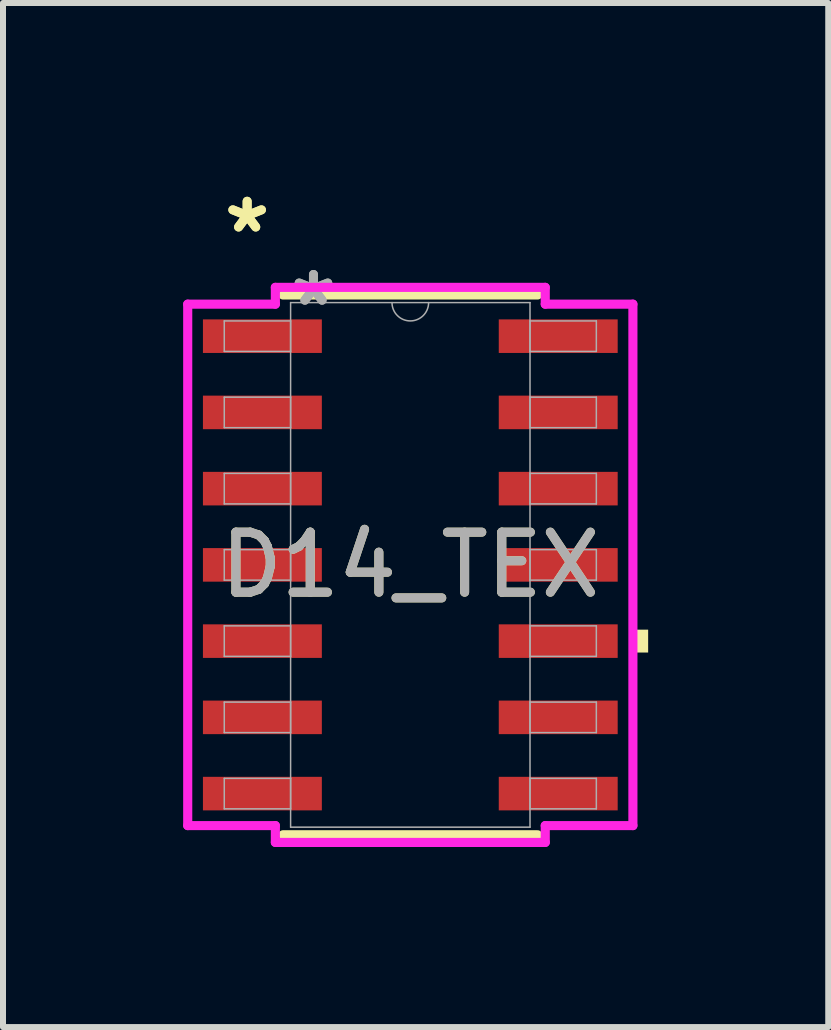
<source format=kicad_pcb>
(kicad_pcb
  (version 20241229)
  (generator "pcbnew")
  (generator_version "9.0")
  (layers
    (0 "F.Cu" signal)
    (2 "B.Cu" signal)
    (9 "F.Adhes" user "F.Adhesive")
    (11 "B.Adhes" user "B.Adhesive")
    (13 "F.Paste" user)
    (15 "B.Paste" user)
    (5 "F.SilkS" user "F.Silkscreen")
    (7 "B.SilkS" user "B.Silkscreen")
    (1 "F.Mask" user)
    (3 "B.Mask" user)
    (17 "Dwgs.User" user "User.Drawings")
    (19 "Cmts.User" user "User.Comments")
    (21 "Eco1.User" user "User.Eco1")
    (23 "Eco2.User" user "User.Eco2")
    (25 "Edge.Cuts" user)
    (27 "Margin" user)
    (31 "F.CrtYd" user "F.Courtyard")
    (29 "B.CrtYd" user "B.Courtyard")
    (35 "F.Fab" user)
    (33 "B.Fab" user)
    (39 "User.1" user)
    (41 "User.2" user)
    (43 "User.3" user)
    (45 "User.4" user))
  (footprint "D14_TEX"
    (layer "F.Cu")
    (at 3.785 6.36)
    (property "Reference" "D14_TEX" (at 0 0 0) (unlocked yes) (layer "F.SilkS") (effects (font (size 1 1) (thickness 0.15))))
    (attr smd)
    (fp_line (start -2.121 4.496) (end 2.121 4.496) (stroke (width 0.152) (type solid)) (layer "F.SilkS"))
    (fp_line (start 2.121 -4.496) (end -2.121 -4.496) (stroke (width 0.152) (type solid)) (layer "F.SilkS"))
    (fp_poly (pts (xy 3.962 1.079) (xy 3.962 1.46) (xy 3.708 1.46) (xy 3.708 1.079)) (stroke (width 0) (type solid)) (fill yes) (layer "F.SilkS"))
    (fp_line (start -3.708 -4.343) (end -2.248 -4.343) (stroke (width 0.152) (type solid)) (layer "F.CrtYd"))
    (fp_line (start -3.708 4.343) (end -3.708 -4.343) (stroke (width 0.152) (type solid)) (layer "F.CrtYd"))
    (fp_line (start -3.708 4.343) (end -2.248 4.343) (stroke (width 0.152) (type solid)) (layer "F.CrtYd"))
    (fp_line (start -2.248 -4.623) (end 2.248 -4.623) (stroke (width 0.152) (type solid)) (layer "F.CrtYd"))
    (fp_line (start -2.248 -4.343) (end -2.248 -4.623) (stroke (width 0.152) (type solid)) (layer "F.CrtYd"))
    (fp_line (start -2.248 4.623) (end -2.248 4.343) (stroke (width 0.152) (type solid)) (layer "F.CrtYd"))
    (fp_line (start 2.248 -4.623) (end 2.248 -4.343) (stroke (width 0.152) (type solid)) (layer "F.CrtYd"))
    (fp_line (start 2.248 4.343) (end 2.248 4.623) (stroke (width 0.152) (type solid)) (layer "F.CrtYd"))
    (fp_line (start 2.248 4.623) (end -2.248 4.623) (stroke (width 0.152) (type solid)) (layer "F.CrtYd"))
    (fp_line (start 3.708 -4.343) (end 2.248 -4.343) (stroke (width 0.152) (type solid)) (layer "F.CrtYd"))
    (fp_line (start 3.708 -4.343) (end 3.708 4.343) (stroke (width 0.152) (type solid)) (layer "F.CrtYd"))
    (fp_line (start 3.708 4.343) (end 2.248 4.343) (stroke (width 0.152) (type solid)) (layer "F.CrtYd"))
    (fp_line (start -3.099 -4.064) (end -3.099 -3.556) (stroke (width 0.025) (type solid)) (layer "F.Fab"))
    (fp_line (start -3.099 -3.556) (end -1.994 -3.556) (stroke (width 0.025) (type solid)) (layer "F.Fab"))
    (fp_line (start -3.099 -2.794) (end -3.099 -2.286) (stroke (width 0.025) (type solid)) (layer "F.Fab"))
    (fp_line (start -3.099 -2.286) (end -1.994 -2.286) (stroke (width 0.025) (type solid)) (layer "F.Fab"))
    (fp_line (start -3.099 -1.524) (end -3.099 -1.016) (stroke (width 0.025) (type solid)) (layer "F.Fab"))
    (fp_line (start -3.099 -1.016) (end -1.994 -1.016) (stroke (width 0.025) (type solid)) (layer "F.Fab"))
    (fp_line (start -3.099 -0.254) (end -3.099 0.254) (stroke (width 0.025) (type solid)) (layer "F.Fab"))
    (fp_line (start -3.099 0.254) (end -1.994 0.254) (stroke (width 0.025) (type solid)) (layer "F.Fab"))
    (fp_line (start -3.099 1.016) (end -3.099 1.524) (stroke (width 0.025) (type solid)) (layer "F.Fab"))
    (fp_line (start -3.099 1.524) (end -1.994 1.524) (stroke (width 0.025) (type solid)) (layer "F.Fab"))
    (fp_line (start -3.099 2.286) (end -3.099 2.794) (stroke (width 0.025) (type solid)) (layer "F.Fab"))
    (fp_line (start -3.099 2.794) (end -1.994 2.794) (stroke (width 0.025) (type solid)) (layer "F.Fab"))
    (fp_line (start -3.099 3.556) (end -3.099 4.064) (stroke (width 0.025) (type solid)) (layer "F.Fab"))
    (fp_line (start -3.099 4.064) (end -1.994 4.064) (stroke (width 0.025) (type solid)) (layer "F.Fab"))
    (fp_line (start -1.994 -4.369) (end -1.994 4.369) (stroke (width 0.025) (type solid)) (layer "F.Fab"))
    (fp_line (start -1.994 -4.064) (end -3.099 -4.064) (stroke (width 0.025) (type solid)) (layer "F.Fab"))
    (fp_line (start -1.994 -3.556) (end -1.994 -4.064) (stroke (width 0.025) (type solid)) (layer "F.Fab"))
    (fp_line (start -1.994 -2.794) (end -3.099 -2.794) (stroke (width 0.025) (type solid)) (layer "F.Fab"))
    (fp_line (start -1.994 -2.286) (end -1.994 -2.794) (stroke (width 0.025) (type solid)) (layer "F.Fab"))
    (fp_line (start -1.994 -1.524) (end -3.099 -1.524) (stroke (width 0.025) (type solid)) (layer "F.Fab"))
    (fp_line (start -1.994 -1.016) (end -1.994 -1.524) (stroke (width 0.025) (type solid)) (layer "F.Fab"))
    (fp_line (start -1.994 -0.254) (end -3.099 -0.254) (stroke (width 0.025) (type solid)) (layer "F.Fab"))
    (fp_line (start -1.994 0.254) (end -1.994 -0.254) (stroke (width 0.025) (type solid)) (layer "F.Fab"))
    (fp_line (start -1.994 1.016) (end -3.099 1.016) (stroke (width 0.025) (type solid)) (layer "F.Fab"))
    (fp_line (start -1.994 1.524) (end -1.994 1.016) (stroke (width 0.025) (type solid)) (layer "F.Fab"))
    (fp_line (start -1.994 2.286) (end -3.099 2.286) (stroke (width 0.025) (type solid)) (layer "F.Fab"))
    (fp_line (start -1.994 2.794) (end -1.994 2.286) (stroke (width 0.025) (type solid)) (layer "F.Fab"))
    (fp_line (start -1.994 3.556) (end -3.099 3.556) (stroke (width 0.025) (type solid)) (layer "F.Fab"))
    (fp_line (start -1.994 4.064) (end -1.994 3.556) (stroke (width 0.025) (type solid)) (layer "F.Fab"))
    (fp_line (start -1.994 4.369) (end 1.994 4.369) (stroke (width 0.025) (type solid)) (layer "F.Fab"))
    (fp_line (start 1.994 -4.369) (end -1.994 -4.369) (stroke (width 0.025) (type solid)) (layer "F.Fab"))
    (fp_line (start 1.994 -4.064) (end 1.994 -3.556) (stroke (width 0.025) (type solid)) (layer "F.Fab"))
    (fp_line (start 1.994 -3.556) (end 3.099 -3.556) (stroke (width 0.025) (type solid)) (layer "F.Fab"))
    (fp_line (start 1.994 -2.794) (end 1.994 -2.286) (stroke (width 0.025) (type solid)) (layer "F.Fab"))
    (fp_line (start 1.994 -2.286) (end 3.099 -2.286) (stroke (width 0.025) (type solid)) (layer "F.Fab"))
    (fp_line (start 1.994 -1.524) (end 1.994 -1.016) (stroke (width 0.025) (type solid)) (layer "F.Fab"))
    (fp_line (start 1.994 -1.016) (end 3.099 -1.016) (stroke (width 0.025) (type solid)) (layer "F.Fab"))
    (fp_line (start 1.994 -0.254) (end 1.994 0.254) (stroke (width 0.025) (type solid)) (layer "F.Fab"))
    (fp_line (start 1.994 0.254) (end 3.099 0.254) (stroke (width 0.025) (type solid)) (layer "F.Fab"))
    (fp_line (start 1.994 1.016) (end 1.994 1.524) (stroke (width 0.025) (type solid)) (layer "F.Fab"))
    (fp_line (start 1.994 1.524) (end 3.099 1.524) (stroke (width 0.025) (type solid)) (layer "F.Fab"))
    (fp_line (start 1.994 2.286) (end 1.994 2.794) (stroke (width 0.025) (type solid)) (layer "F.Fab"))
    (fp_line (start 1.994 2.794) (end 3.099 2.794) (stroke (width 0.025) (type solid)) (layer "F.Fab"))
    (fp_line (start 1.994 3.556) (end 1.994 4.064) (stroke (width 0.025) (type solid)) (layer "F.Fab"))
    (fp_line (start 1.994 4.064) (end 3.099 4.064) (stroke (width 0.025) (type solid)) (layer "F.Fab"))
    (fp_line (start 1.994 4.369) (end 1.994 -4.369) (stroke (width 0.025) (type solid)) (layer "F.Fab"))
    (fp_line (start 3.099 -4.064) (end 1.994 -4.064) (stroke (width 0.025) (type solid)) (layer "F.Fab"))
    (fp_line (start 3.099 -3.556) (end 3.099 -4.064) (stroke (width 0.025) (type solid)) (layer "F.Fab"))
    (fp_line (start 3.099 -2.794) (end 1.994 -2.794) (stroke (width 0.025) (type solid)) (layer "F.Fab"))
    (fp_line (start 3.099 -2.286) (end 3.099 -2.794) (stroke (width 0.025) (type solid)) (layer "F.Fab"))
    (fp_line (start 3.099 -1.524) (end 1.994 -1.524) (stroke (width 0.025) (type solid)) (layer "F.Fab"))
    (fp_line (start 3.099 -1.016) (end 3.099 -1.524) (stroke (width 0.025) (type solid)) (layer "F.Fab"))
    (fp_line (start 3.099 -0.254) (end 1.994 -0.254) (stroke (width 0.025) (type solid)) (layer "F.Fab"))
    (fp_line (start 3.099 0.254) (end 3.099 -0.254) (stroke (width 0.025) (type solid)) (layer "F.Fab"))
    (fp_line (start 3.099 1.016) (end 1.994 1.016) (stroke (width 0.025) (type solid)) (layer "F.Fab"))
    (fp_line (start 3.099 1.524) (end 3.099 1.016) (stroke (width 0.025) (type solid)) (layer "F.Fab"))
    (fp_line (start 3.099 2.286) (end 1.994 2.286) (stroke (width 0.025) (type solid)) (layer "F.Fab"))
    (fp_line (start 3.099 2.794) (end 3.099 2.286) (stroke (width 0.025) (type solid)) (layer "F.Fab"))
    (fp_line (start 3.099 3.556) (end 1.994 3.556) (stroke (width 0.025) (type solid)) (layer "F.Fab"))
    (fp_line (start 3.099 4.064) (end 3.099 3.556) (stroke (width 0.025) (type solid)) (layer "F.Fab"))
    (fp_arc (start 0.3048 -4.3688) (mid 0 -4.064) (end -0.3048 -4.3688) (stroke (width 0.0254) (type solid)) (layer "F.Fab"))
    (fp_text user "*" (at -2.718 -5.512 0) (layer "F.SilkS") (effects (font (size 1 1) (thickness 0.15))))
    (fp_text user "*" (at -2.718 -5.512 0) (unlocked yes) (layer "F.SilkS") (effects (font (size 1 1) (thickness 0.15))))
    (fp_text user "*" (at -1.613 -4.293 0) (layer "F.Fab") (effects (font (size 1 1) (thickness 0.15))))
    (fp_text user "*" (at -1.613 -4.293 0) (unlocked yes) (layer "F.Fab") (effects (font (size 1 1) (thickness 0.15))))
    (fp_text user "${REFERENCE}" (at 0 0 0) (unlocked yes) (layer "F.Fab") (effects (font (size 1 1) (thickness 0.15))))
    (pad "1" smd rect (at -2.464 -3.81) (size 1.981 0.559) (layers "F.Cu" "F.Mask" "F.Paste"))
    (pad "2" smd rect (at -2.464 -2.54) (size 1.981 0.559) (layers "F.Cu" "F.Mask" "F.Paste"))
    (pad "3" smd rect (at -2.464 -1.27) (size 1.981 0.559) (layers "F.Cu" "F.Mask" "F.Paste"))
    (pad "4" smd rect (at -2.464 0) (size 1.981 0.559) (layers "F.Cu" "F.Mask" "F.Paste"))
    (pad "5" smd rect (at -2.464 1.27) (size 1.981 0.559) (layers "F.Cu" "F.Mask" "F.Paste"))
    (pad "6" smd rect (at -2.464 2.54) (size 1.981 0.559) (layers "F.Cu" "F.Mask" "F.Paste"))
    (pad "7" smd rect (at -2.464 3.81) (size 1.981 0.559) (layers "F.Cu" "F.Mask" "F.Paste"))
    (pad "8" smd rect (at 2.464 3.81) (size 1.981 0.559) (layers "F.Cu" "F.Mask" "F.Paste"))
    (pad "9" smd rect (at 2.464 2.54) (size 1.981 0.559) (layers "F.Cu" "F.Mask" "F.Paste"))
    (pad "10" smd rect (at 2.464 1.27) (size 1.981 0.559) (layers "F.Cu" "F.Mask" "F.Paste"))
    (pad "11" smd rect (at 2.464 0) (size 1.981 0.559) (layers "F.Cu" "F.Mask" "F.Paste"))
    (pad "12" smd rect (at 2.464 -1.27) (size 1.981 0.559) (layers "F.Cu" "F.Mask" "F.Paste"))
    (pad "13" smd rect (at 2.464 -2.54) (size 1.981 0.559) (layers "F.Cu" "F.Mask" "F.Paste"))
    (pad "14" smd rect (at 2.464 -3.81) (size 1.981 0.559) (layers "F.Cu" "F.Mask" "F.Paste")))
  (gr_rect
    (start -3 -3)
    (end 10.747 14.059)
    (stroke (width 0.1) (type default))
    (fill no)
    (layer "Edge.Cuts")))
</source>
